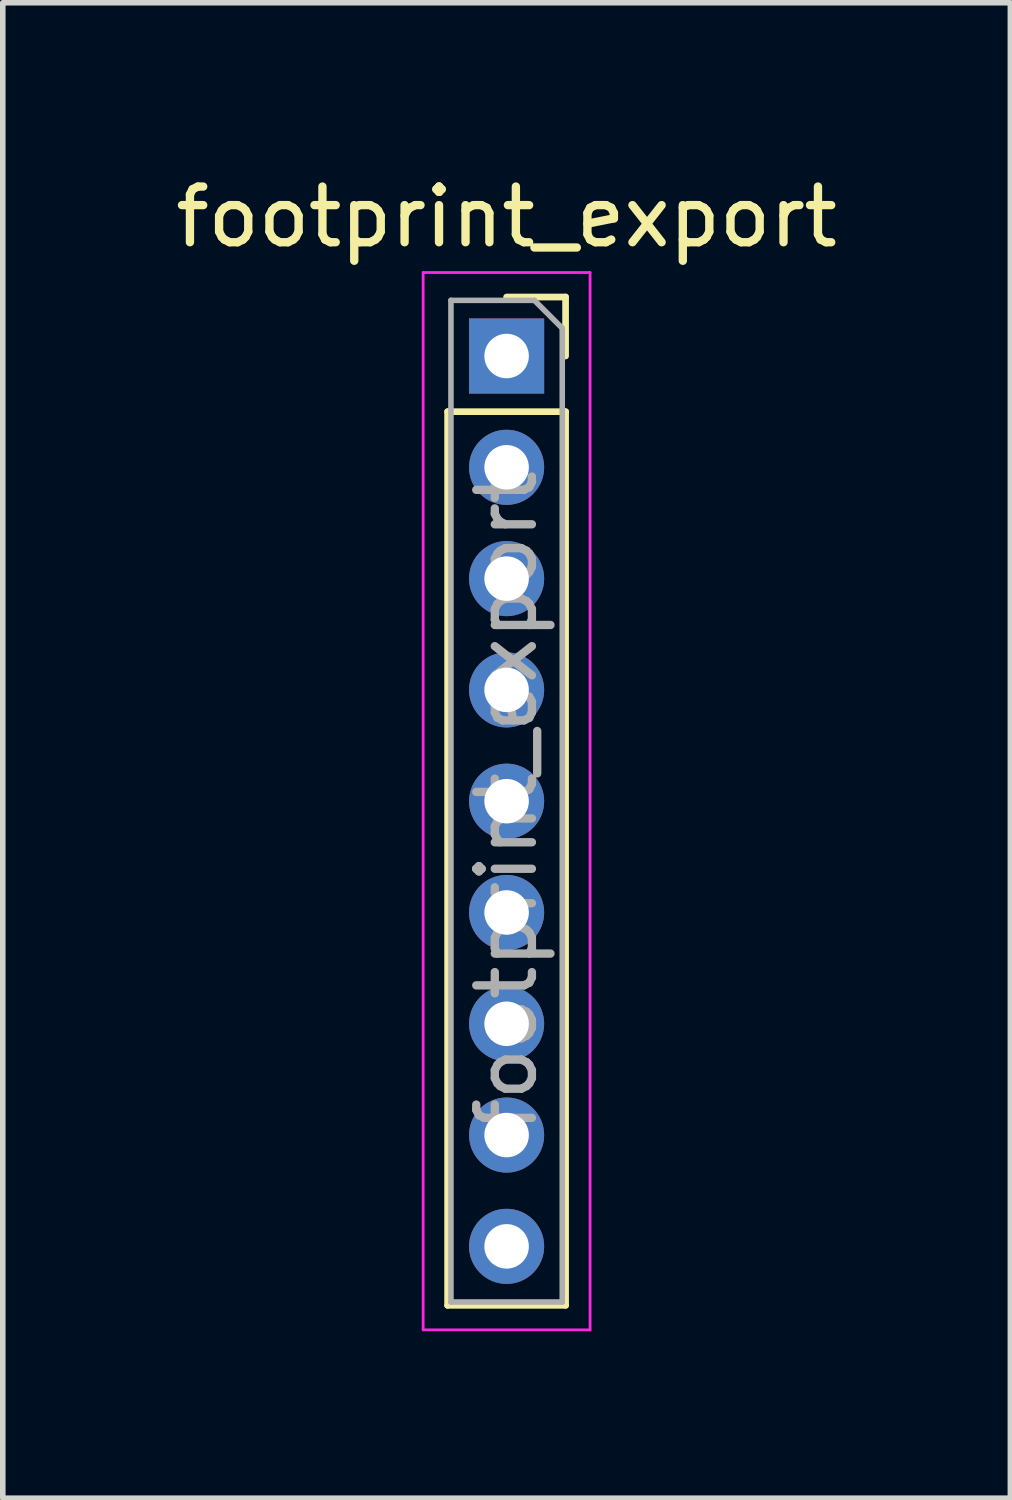
<source format=kicad_pcb>
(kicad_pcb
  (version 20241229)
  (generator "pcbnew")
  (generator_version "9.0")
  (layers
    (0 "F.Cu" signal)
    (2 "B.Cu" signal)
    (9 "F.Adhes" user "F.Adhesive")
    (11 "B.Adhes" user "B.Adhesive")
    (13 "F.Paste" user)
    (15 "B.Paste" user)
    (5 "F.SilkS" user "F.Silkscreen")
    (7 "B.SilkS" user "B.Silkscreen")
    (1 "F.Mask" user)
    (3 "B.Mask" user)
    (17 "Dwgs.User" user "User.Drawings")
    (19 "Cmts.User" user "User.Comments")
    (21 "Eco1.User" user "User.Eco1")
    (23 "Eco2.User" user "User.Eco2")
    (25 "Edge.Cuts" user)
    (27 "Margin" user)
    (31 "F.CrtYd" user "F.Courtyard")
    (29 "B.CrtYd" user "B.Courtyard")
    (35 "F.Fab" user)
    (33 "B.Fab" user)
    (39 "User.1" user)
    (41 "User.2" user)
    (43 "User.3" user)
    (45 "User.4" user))
  (footprint "footprint_export"
    (layer "F.Cu")
    (at 6.054 3.348)
    (property "Reference" "footprint_export" (at 0 -2.5 0) (layer "F.SilkS") (effects (font (size 1 1) (thickness 0.15))))
    (attr through_hole)
    (fp_line (start -1.06 1) (end -1.06 17.06) (stroke (width 0.12) (type solid)) (layer "F.SilkS"))
    (fp_line (start -1.06 1) (end 1.06 1) (stroke (width 0.12) (type solid)) (layer "F.SilkS"))
    (fp_line (start -1.06 17.06) (end 1.06 17.06) (stroke (width 0.12) (type solid)) (layer "F.SilkS"))
    (fp_line (start 0 -1.06) (end 1.06 -1.06) (stroke (width 0.12) (type solid)) (layer "F.SilkS"))
    (fp_line (start 1.06 -1.06) (end 1.06 0) (stroke (width 0.12) (type solid)) (layer "F.SilkS"))
    (fp_line (start 1.06 1) (end 1.06 17.06) (stroke (width 0.12) (type solid)) (layer "F.SilkS"))
    (fp_line (start -1.5 -1.5) (end 1.5 -1.5) (stroke (width 0.05) (type solid)) (layer "F.CrtYd"))
    (fp_line (start -1.5 17.5) (end -1.5 -1.5) (stroke (width 0.05) (type solid)) (layer "F.CrtYd"))
    (fp_line (start 1.5 -1.5) (end 1.5 17.5) (stroke (width 0.05) (type solid)) (layer "F.CrtYd"))
    (fp_line (start 1.5 17.5) (end -1.5 17.5) (stroke (width 0.05) (type solid)) (layer "F.CrtYd"))
    (fp_line (start -1 -1) (end 0.5 -1) (stroke (width 0.1) (type solid)) (layer "F.Fab"))
    (fp_line (start -1 17) (end -1 -1) (stroke (width 0.1) (type solid)) (layer "F.Fab"))
    (fp_line (start 0.5 -1) (end 1 -0.5) (stroke (width 0.1) (type solid)) (layer "F.Fab"))
    (fp_line (start 1 -0.5) (end 1 17) (stroke (width 0.1) (type solid)) (layer "F.Fab"))
    (fp_line (start 1 17) (end -1 17) (stroke (width 0.1) (type solid)) (layer "F.Fab"))
    (fp_text user "${REFERENCE}" (at 0 8 90) (layer "F.Fab") (effects (font (size 1 1) (thickness 0.15))))
    (pad "1" thru_hole rect (at 0 0) (size 1.35 1.35) (drill 0.8) (layers "*.Cu" "*.Mask"))
    (pad "2" thru_hole oval (at 0 2) (size 1.35 1.35) (drill 0.8) (layers "*.Cu" "*.Mask"))
    (pad "3" thru_hole oval (at 0 4) (size 1.35 1.35) (drill 0.8) (layers "*.Cu" "*.Mask"))
    (pad "4" thru_hole oval (at 0 6) (size 1.35 1.35) (drill 0.8) (layers "*.Cu" "*.Mask"))
    (pad "5" thru_hole oval (at 0 8) (size 1.35 1.35) (drill 0.8) (layers "*.Cu" "*.Mask"))
    (pad "6" thru_hole oval (at 0 10) (size 1.35 1.35) (drill 0.8) (layers "*.Cu" "*.Mask"))
    (pad "7" thru_hole oval (at 0 12) (size 1.35 1.35) (drill 0.8) (layers "*.Cu" "*.Mask"))
    (pad "8" thru_hole oval (at 0 14) (size 1.35 1.35) (drill 0.8) (layers "*.Cu" "*.Mask"))
    (pad "9" thru_hole oval (at 0 16) (size 1.35 1.35) (drill 0.8) (layers "*.Cu" "*.Mask")))
  (gr_rect
    (start -3 -3)
    (end 15.107 23.873)
    (stroke (width 0.1) (type default))
    (fill no)
    (layer "Edge.Cuts")))
</source>
